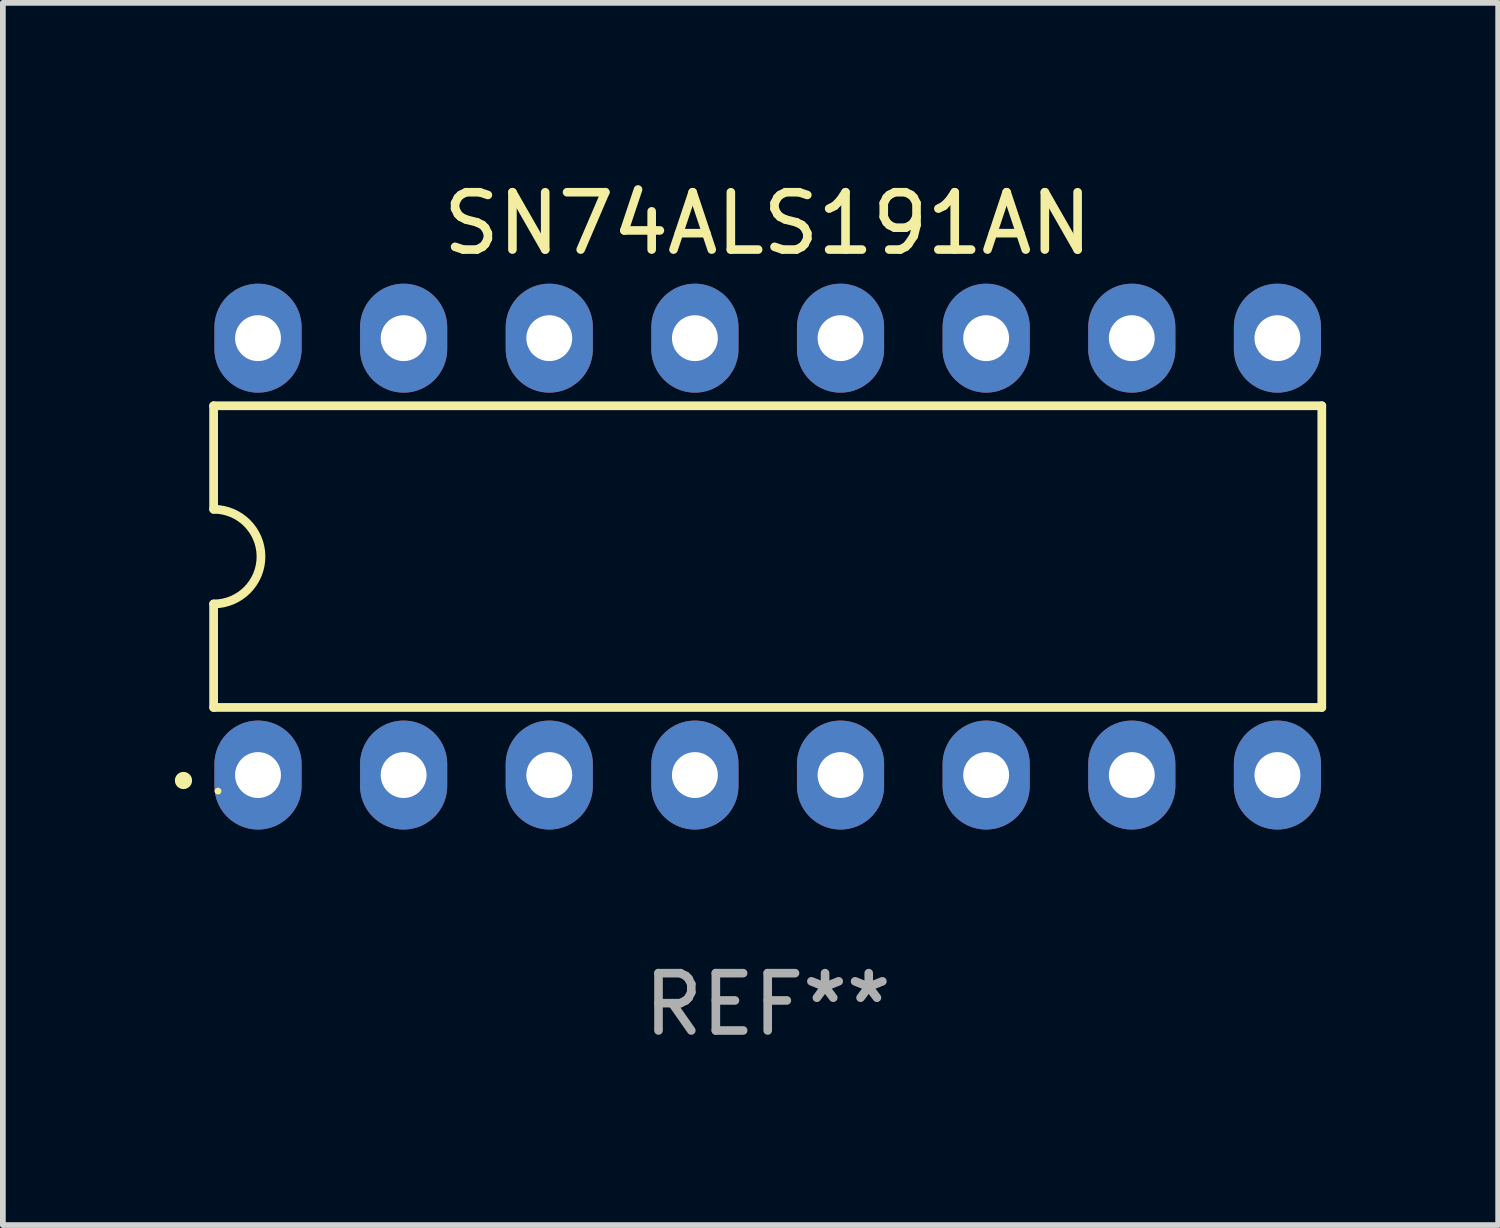
<source format=kicad_pcb>
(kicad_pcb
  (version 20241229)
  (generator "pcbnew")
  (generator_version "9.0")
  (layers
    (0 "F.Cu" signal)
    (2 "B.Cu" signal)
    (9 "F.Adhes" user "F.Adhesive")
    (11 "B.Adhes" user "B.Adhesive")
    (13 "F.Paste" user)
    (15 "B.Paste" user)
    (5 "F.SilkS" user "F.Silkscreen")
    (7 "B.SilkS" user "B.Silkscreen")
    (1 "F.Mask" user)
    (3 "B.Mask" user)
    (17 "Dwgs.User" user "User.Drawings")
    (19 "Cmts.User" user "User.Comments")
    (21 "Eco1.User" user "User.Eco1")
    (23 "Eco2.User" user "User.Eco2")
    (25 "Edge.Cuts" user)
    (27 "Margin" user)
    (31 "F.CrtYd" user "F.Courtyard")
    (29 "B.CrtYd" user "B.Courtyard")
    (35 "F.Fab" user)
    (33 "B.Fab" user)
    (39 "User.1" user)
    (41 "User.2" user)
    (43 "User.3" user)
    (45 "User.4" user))
  (footprint "SN74ALS191AN"
    (layer "F.Cu")
    (at 10.34 6.658)
    (property "Reference" "SN74ALS191AN" (at 0 -5.81 0) (layer "F.SilkS") (effects (font (size 1 1) (thickness 0.15))))
    (attr through_hole)
    (fp_line (start -9.664 -2.631) (end -9.664 -0.826) (stroke (width 0.152) (type solid)) (layer "F.SilkS"))
    (fp_line (start -9.664 0.826) (end -9.664 2.631) (stroke (width 0.152) (type solid)) (layer "F.SilkS"))
    (fp_line (start -9.664 2.631) (end 9.664 2.631) (stroke (width 0.152) (type solid)) (layer "F.SilkS"))
    (fp_line (start 9.664 -2.631) (end -9.664 -2.631) (stroke (width 0.152) (type solid)) (layer "F.SilkS"))
    (fp_line (start 9.664 2.631) (end 9.664 -2.631) (stroke (width 0.152) (type solid)) (layer "F.SilkS"))
    (fp_arc (start -9.663701 -0.825626) (mid -8.838075 0) (end -9.663701 0.825626) (stroke (width 0.1524) (type solid)) (layer "F.SilkS"))
    (fp_circle (center -10.19 3.905) (end -10.115 3.905) (stroke (width 0.15) (type solid)) (fill no) (layer "F.SilkS"))
    (fp_circle (center -9.588 4.09) (end -9.558 4.09) (stroke (width 0.06) (type solid)) (fill no) (layer "F.SilkS"))
    (fp_text user "REF**" (at 0 7.81 0) (layer "F.Fab") (effects (font (size 1 1) (thickness 0.15))))
    (pad "1" thru_hole oval (at -8.89 3.81) (size 1.52 1.9) (drill 0.8) (layers "*.Cu" "*.Mask"))
    (pad "2" thru_hole oval (at -6.35 3.81) (size 1.52 1.9) (drill 0.8) (layers "*.Cu" "*.Mask"))
    (pad "3" thru_hole oval (at -3.81 3.81) (size 1.52 1.9) (drill 0.8) (layers "*.Cu" "*.Mask"))
    (pad "4" thru_hole oval (at -1.27 3.81) (size 1.52 1.9) (drill 0.8) (layers "*.Cu" "*.Mask"))
    (pad "5" thru_hole oval (at 1.27 3.81) (size 1.52 1.9) (drill 0.8) (layers "*.Cu" "*.Mask"))
    (pad "6" thru_hole oval (at 3.81 3.81) (size 1.52 1.9) (drill 0.8) (layers "*.Cu" "*.Mask"))
    (pad "7" thru_hole oval (at 6.35 3.81) (size 1.52 1.9) (drill 0.8) (layers "*.Cu" "*.Mask"))
    (pad "8" thru_hole oval (at 8.89 3.81) (size 1.52 1.9) (drill 0.8) (layers "*.Cu" "*.Mask"))
    (pad "9" thru_hole oval (at 8.89 -3.81) (size 1.52 1.9) (drill 0.8) (layers "*.Cu" "*.Mask"))
    (pad "10" thru_hole oval (at 6.35 -3.81) (size 1.52 1.9) (drill 0.8) (layers "*.Cu" "*.Mask"))
    (pad "11" thru_hole oval (at 3.81 -3.81) (size 1.52 1.9) (drill 0.8) (layers "*.Cu" "*.Mask"))
    (pad "12" thru_hole oval (at 1.27 -3.81) (size 1.52 1.9) (drill 0.8) (layers "*.Cu" "*.Mask"))
    (pad "13" thru_hole oval (at -1.27 -3.81) (size 1.52 1.9) (drill 0.8) (layers "*.Cu" "*.Mask"))
    (pad "14" thru_hole oval (at -3.81 -3.81) (size 1.52 1.9) (drill 0.8) (layers "*.Cu" "*.Mask"))
    (pad "15" thru_hole oval (at -6.35 -3.81) (size 1.52 1.9) (drill 0.8) (layers "*.Cu" "*.Mask"))
    (pad "16" thru_hole oval (at -8.89 -3.81) (size 1.52 1.9) (drill 0.8) (layers "*.Cu" "*.Mask")))
  (gr_rect
    (start -3 -3)
    (end 23.08 18.317)
    (stroke (width 0.1) (type default))
    (fill no)
    (layer "Edge.Cuts")))
</source>
